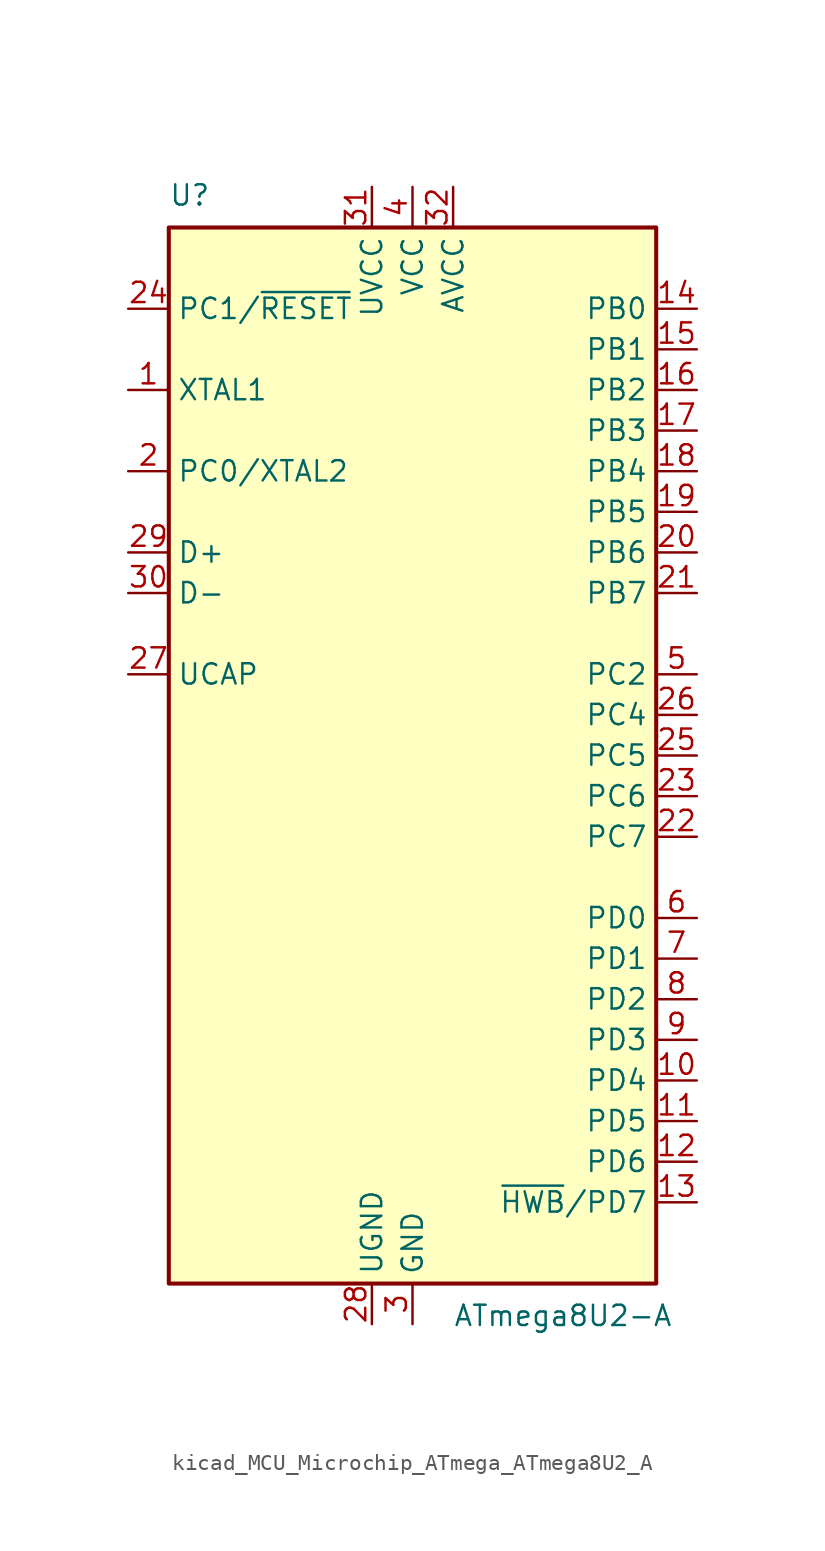
<source format=kicad_sym>
(kicad_symbol_lib
  (version 20220914)
  (generator kicad_symbol_editor)
  (symbol "kicad_MCU_Microchip_ATmega_ATmega8U2_A"
    (property "Reference" "U"
      (at -15.24 34.29 0)
      (effects (font (size 1.27 1.27)) (justify left bottom)))
    (property "Value" "ATmega8U2-A"
      (at 2.54 -34.29 0)
      (effects (font (size 1.27 1.27)) (justify left top)))
    (symbol "kicad_MCU_Microchip_ATmega_ATmega8U2_A_0_1"
      (rectangle (start -15.24 -33.02) (end 15.24 33.02) (stroke (width 0.254) (type default)) (fill (type background))))
    (symbol "kicad_MCU_Microchip_ATmega_ATmega8U2_A_1_1"
      (pin input line (at -17.78 22.86 0) (length 2.54) (name "XTAL1" (effects (font (size 1.27 1.27)))) (number "1" (effects (font (size 1.27 1.27)))))
      (pin bidirectional line (at 17.78 -20.32 180) (length 2.54) (name "PD4" (effects (font (size 1.27 1.27)))) (number "10" (effects (font (size 1.27 1.27)))))
      (pin bidirectional line (at 17.78 -22.86 180) (length 2.54) (name "PD5" (effects (font (size 1.27 1.27)))) (number "11" (effects (font (size 1.27 1.27)))))
      (pin bidirectional line (at 17.78 -25.4 180) (length 2.54) (name "PD6" (effects (font (size 1.27 1.27)))) (number "12" (effects (font (size 1.27 1.27)))))
      (pin bidirectional line (at 17.78 -27.94 180) (length 2.54) (name "~{HWB}/PD7" (effects (font (size 1.27 1.27)))) (number "13" (effects (font (size 1.27 1.27)))))
      (pin bidirectional line (at 17.78 27.94 180) (length 2.54) (name "PB0" (effects (font (size 1.27 1.27)))) (number "14" (effects (font (size 1.27 1.27)))))
      (pin bidirectional line (at 17.78 25.4 180) (length 2.54) (name "PB1" (effects (font (size 1.27 1.27)))) (number "15" (effects (font (size 1.27 1.27)))))
      (pin bidirectional line (at 17.78 22.86 180) (length 2.54) (name "PB2" (effects (font (size 1.27 1.27)))) (number "16" (effects (font (size 1.27 1.27)))))
      (pin bidirectional line (at 17.78 20.32 180) (length 2.54) (name "PB3" (effects (font (size 1.27 1.27)))) (number "17" (effects (font (size 1.27 1.27)))))
      (pin bidirectional line (at 17.78 17.78 180) (length 2.54) (name "PB4" (effects (font (size 1.27 1.27)))) (number "18" (effects (font (size 1.27 1.27)))))
      (pin bidirectional line (at 17.78 15.24 180) (length 2.54) (name "PB5" (effects (font (size 1.27 1.27)))) (number "19" (effects (font (size 1.27 1.27)))))
      (pin bidirectional line (at -17.78 17.78 0) (length 2.54) (name "PC0/XTAL2" (effects (font (size 1.27 1.27)))) (number "2" (effects (font (size 1.27 1.27)))))
      (pin bidirectional line (at 17.78 12.7 180) (length 2.54) (name "PB6" (effects (font (size 1.27 1.27)))) (number "20" (effects (font (size 1.27 1.27)))))
      (pin bidirectional line (at 17.78 10.16 180) (length 2.54) (name "PB7" (effects (font (size 1.27 1.27)))) (number "21" (effects (font (size 1.27 1.27)))))
      (pin bidirectional line (at 17.78 -5.08 180) (length 2.54) (name "PC7" (effects (font (size 1.27 1.27)))) (number "22" (effects (font (size 1.27 1.27)))))
      (pin bidirectional line (at 17.78 -2.54 180) (length 2.54) (name "PC6" (effects (font (size 1.27 1.27)))) (number "23" (effects (font (size 1.27 1.27)))))
      (pin bidirectional line (at -17.78 27.94 0) (length 2.54) (name "PC1/~{RESET}" (effects (font (size 1.27 1.27)))) (number "24" (effects (font (size 1.27 1.27)))))
      (pin bidirectional line (at 17.78 0 180) (length 2.54) (name "PC5" (effects (font (size 1.27 1.27)))) (number "25" (effects (font (size 1.27 1.27)))))
      (pin bidirectional line (at 17.78 2.54 180) (length 2.54) (name "PC4" (effects (font (size 1.27 1.27)))) (number "26" (effects (font (size 1.27 1.27)))))
      (pin passive line (at -17.78 5.08 0) (length 2.54) (name "UCAP" (effects (font (size 1.27 1.27)))) (number "27" (effects (font (size 1.27 1.27)))))
      (pin power_in line (at -2.54 -35.56 90) (length 2.54) (name "UGND" (effects (font (size 1.27 1.27)))) (number "28" (effects (font (size 1.27 1.27)))))
      (pin bidirectional line (at -17.78 12.7 0) (length 2.54) (name "D+" (effects (font (size 1.27 1.27)))) (number "29" (effects (font (size 1.27 1.27)))))
      (pin power_in line (at 0 -35.56 90) (length 2.54) (name "GND" (effects (font (size 1.27 1.27)))) (number "3" (effects (font (size 1.27 1.27)))))
      (pin bidirectional line (at -17.78 10.16 0) (length 2.54) (name "D-" (effects (font (size 1.27 1.27)))) (number "30" (effects (font (size 1.27 1.27)))))
      (pin power_in line (at -2.54 35.56 270) (length 2.54) (name "UVCC" (effects (font (size 1.27 1.27)))) (number "31" (effects (font (size 1.27 1.27)))))
      (pin power_in line (at 2.54 35.56 270) (length 2.54) (name "AVCC" (effects (font (size 1.27 1.27)))) (number "32" (effects (font (size 1.27 1.27)))))
      (pin power_in line (at 0 35.56 270) (length 2.54) (name "VCC" (effects (font (size 1.27 1.27)))) (number "4" (effects (font (size 1.27 1.27)))))
      (pin bidirectional line (at 17.78 5.08 180) (length 2.54) (name "PC2" (effects (font (size 1.27 1.27)))) (number "5" (effects (font (size 1.27 1.27)))))
      (pin bidirectional line (at 17.78 -10.16 180) (length 2.54) (name "PD0" (effects (font (size 1.27 1.27)))) (number "6" (effects (font (size 1.27 1.27)))))
      (pin bidirectional line (at 17.78 -12.7 180) (length 2.54) (name "PD1" (effects (font (size 1.27 1.27)))) (number "7" (effects (font (size 1.27 1.27)))))
      (pin bidirectional line (at 17.78 -15.24 180) (length 2.54) (name "PD2" (effects (font (size 1.27 1.27)))) (number "8" (effects (font (size 1.27 1.27)))))
      (pin bidirectional line (at 17.78 -17.78 180) (length 2.54) (name "PD3" (effects (font (size 1.27 1.27)))) (number "9" (effects (font (size 1.27 1.27))))))))
</source>
